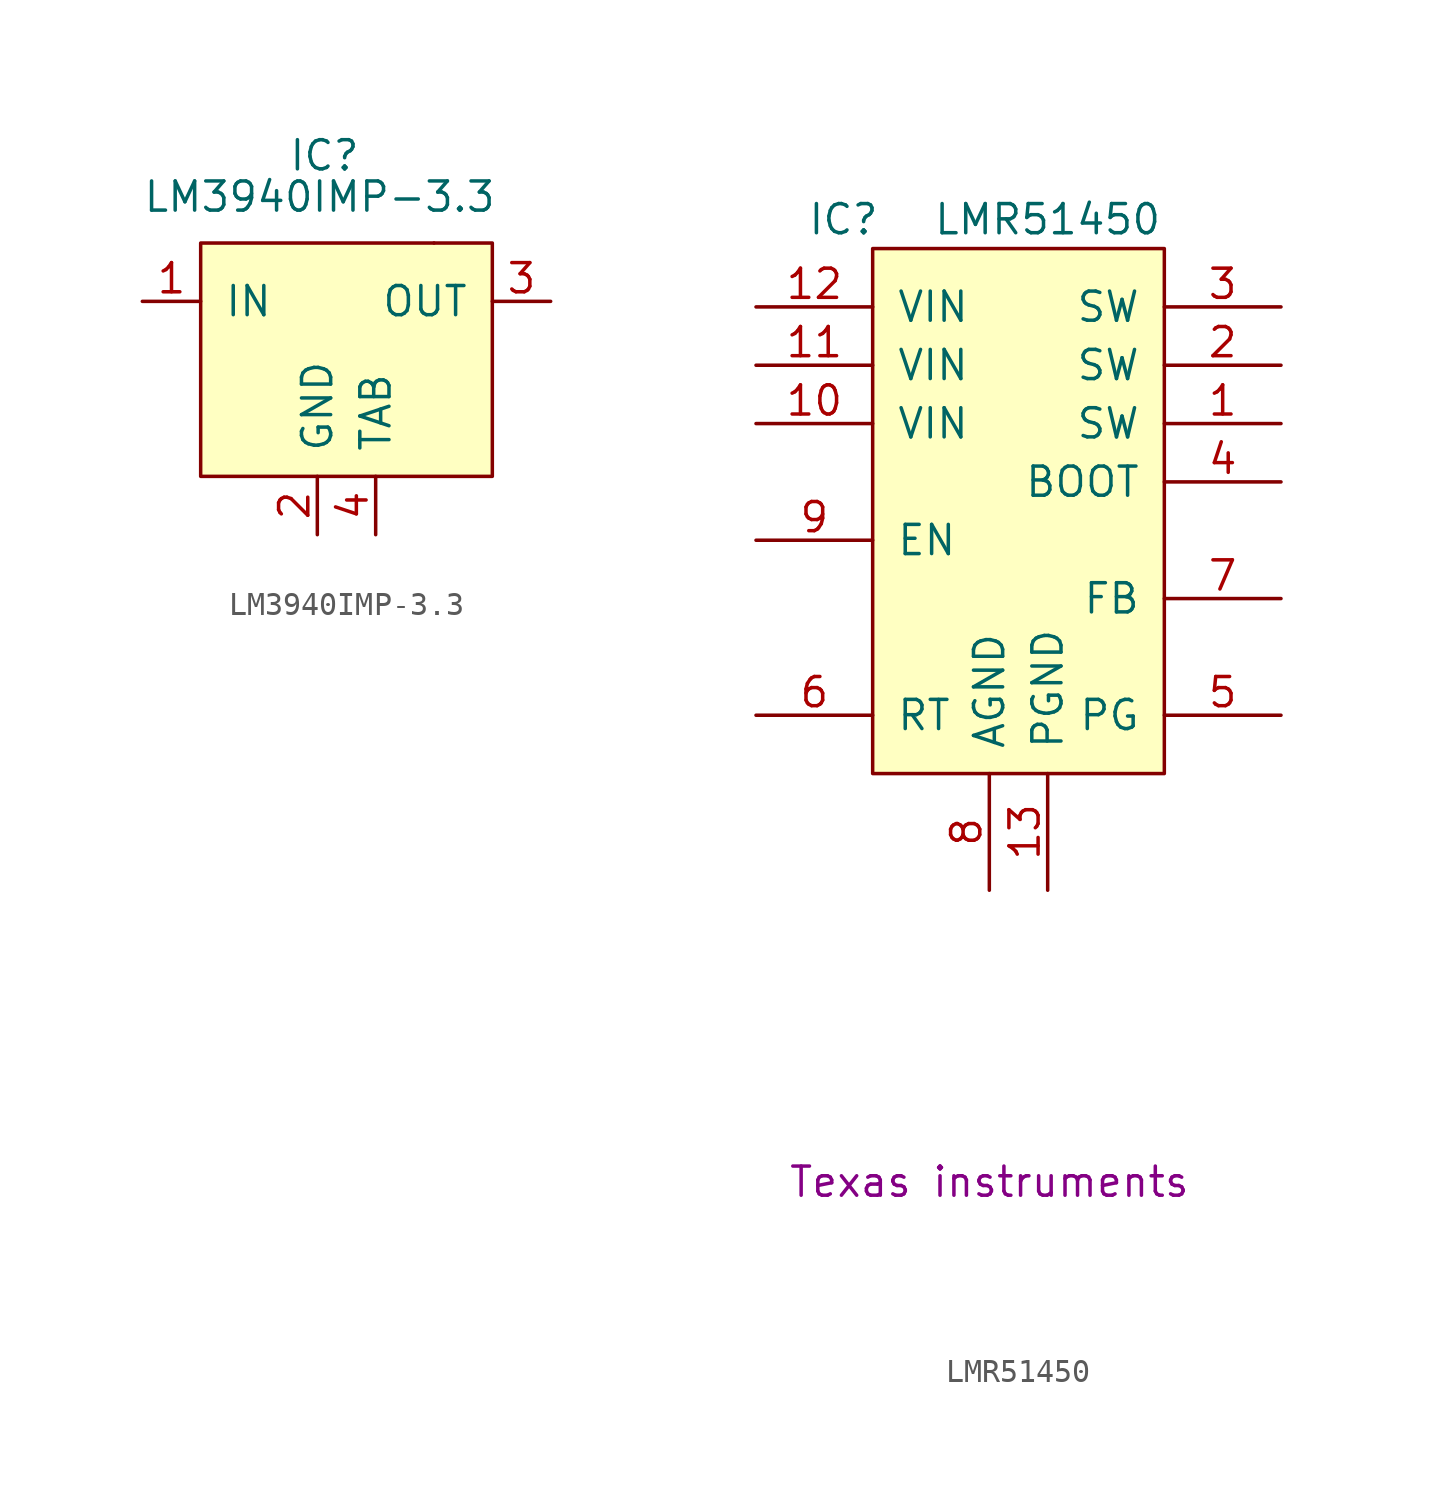
<source format=kicad_sym>
(kicad_symbol_lib
  (version 20220914)
  (generator kicad_symbol_editor)
  (symbol "LM3940IMP-3.3"
    (pin_names
      (offset 1.016))
    (property "Reference" "IC"
      (at -1.27 6.35 0)
      (effects (font (size 1.27 1.27)) (justify left)))
    (property "Value" "LM3940IMP-3.3"
      (at -7.62 3.81 0)
      (effects (font (size 1.27 1.27)) (justify left bottom)))
    (symbol "LM3940IMP-3.3_0_1"
      (rectangle (start -5.08 2.54) (end 7.62 -7.62) (stroke (width 0.152) (type default)) (fill (type background)))
      (rectangle (start 5.08 2.54) (end 5.08 2.54) (stroke (width 0) (type default)) (fill (type none))))
    (symbol "LM3940IMP-3.3_1_1"
      (pin power_in line (at -7.62 0 0) (length 2.54) (name "IN" (effects (font (size 1.27 1.27)))) (number "1" (effects (font (size 1.27 1.27)))))
      (pin power_in line (at 0 -10.16 90) (length 2.54) (name "GND" (effects (font (size 1.27 1.27)))) (number "2" (effects (font (size 1.27 1.27)))))
      (pin power_out line (at 10.16 0 180) (length 2.54) (name "OUT" (effects (font (size 1.27 1.27)))) (number "3" (effects (font (size 1.27 1.27)))))
      (pin passive line (at 2.54 -10.16 90) (length 2.54) (name "TAB" (effects (font (size 1.27 1.27)))) (number "4" (effects (font (size 1.27 1.27)))))))
  (symbol "LMR51450"
    (pin_names
      (offset 1.016))
    (property "Reference" "IC"
      (at -6.35 13.97 0)
      (effects (font (size 1.27 1.27))))
    (property "Value" "LMR51450"
      (at 2.54 13.97 0)
      (effects (font (size 1.27 1.27))))
    (property "MFR" "Texas instruments"
      (at 0 -27.94 0)
      (effects (font (size 1.27 1.27))))
    (property "MFR REF" ""
      (at 0 -30.48 0)
      (effects (font (size 1.27 1.27))))
    (symbol "LMR51450_0_1"
      (rectangle (start -5.08 12.7) (end 7.62 -10.16) (stroke (width 0.152) (type default)) (fill (type background))))
    (symbol "LMR51450_1_1"
      (pin output line (at 12.7 5.08 180) (length 5.08) (name "SW" (effects (font (size 1.27 1.27)))) (number "1" (effects (font (size 1.27 1.27)))))
      (pin power_in line (at -10.16 5.08 0) (length 5.08) (name "VIN" (effects (font (size 1.27 1.27)))) (number "10" (effects (font (size 1.27 1.27)))))
      (pin power_in line (at -10.16 7.62 0) (length 5.08) (name "VIN" (effects (font (size 1.27 1.27)))) (number "11" (effects (font (size 1.27 1.27)))))
      (pin power_in line (at -10.16 10.16 0) (length 5.08) (name "VIN" (effects (font (size 1.27 1.27)))) (number "12" (effects (font (size 1.27 1.27)))))
      (pin power_in line (at 2.54 -15.24 90) (length 5.08) (name "PGND" (effects (font (size 1.27 1.27)))) (number "13" (effects (font (size 1.27 1.27)))))
      (pin output line (at 12.7 7.62 180) (length 5.08) (name "SW" (effects (font (size 1.27 1.27)))) (number "2" (effects (font (size 1.27 1.27)))))
      (pin output line (at 12.7 10.16 180) (length 5.08) (name "SW" (effects (font (size 1.27 1.27)))) (number "3" (effects (font (size 1.27 1.27)))))
      (pin input line (at 12.7 2.54 180) (length 5.08) (name "BOOT" (effects (font (size 1.27 1.27)))) (number "4" (effects (font (size 1.27 1.27)))))
      (pin open_collector line (at 12.7 -7.62 180) (length 5.08) (name "PG" (effects (font (size 1.27 1.27)))) (number "5" (effects (font (size 1.27 1.27)))))
      (pin input line (at -10.16 -7.62 0) (length 5.08) (name "RT" (effects (font (size 1.27 1.27)))) (number "6" (effects (font (size 1.27 1.27)))))
      (pin input line (at 12.7 -2.54 180) (length 5.08) (name "FB" (effects (font (size 1.27 1.27)))) (number "7" (effects (font (size 1.27 1.27)))))
      (pin power_in line (at 0 -15.24 90) (length 5.08) (name "AGND" (effects (font (size 1.27 1.27)))) (number "8" (effects (font (size 1.27 1.27)))))
      (pin input line (at -10.16 0 0) (length 5.08) (name "EN" (effects (font (size 1.27 1.27)))) (number "9" (effects (font (size 1.27 1.27))))))))
</source>
